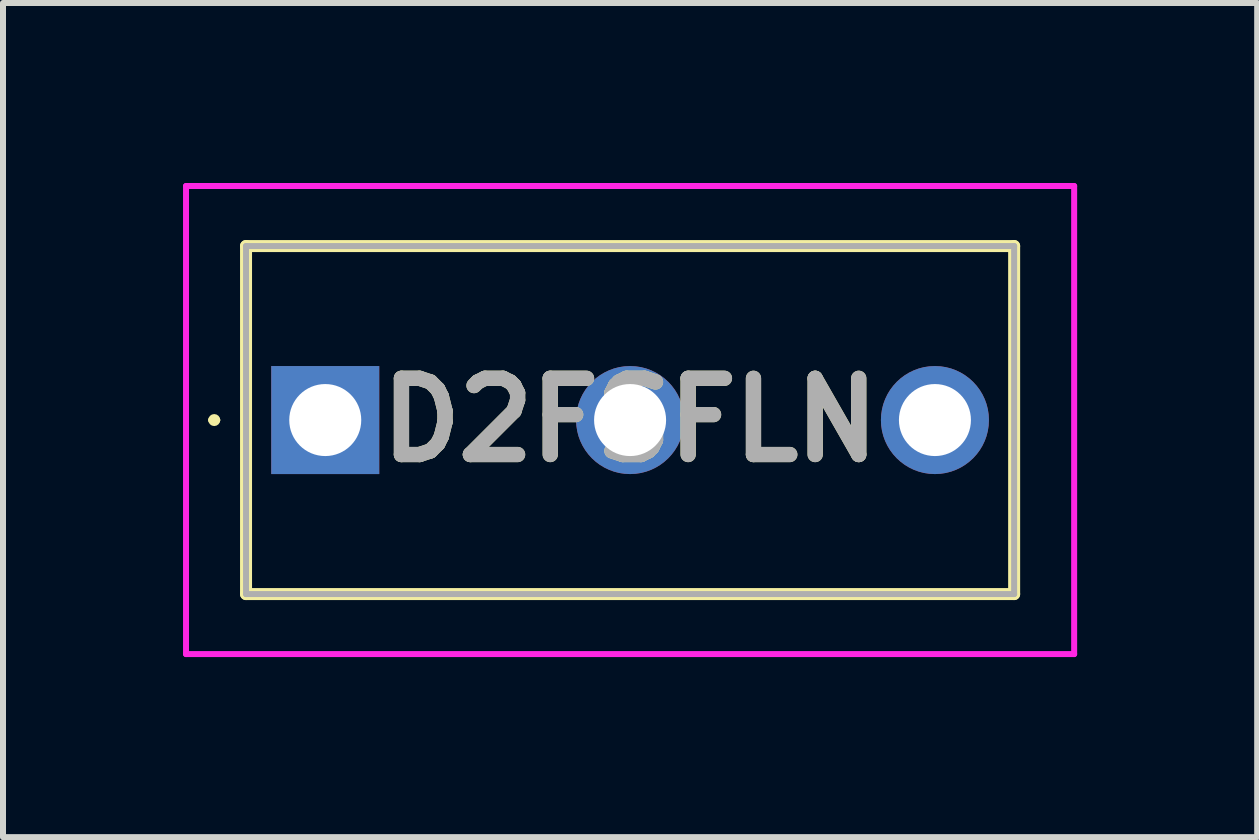
<source format=kicad_pcb>
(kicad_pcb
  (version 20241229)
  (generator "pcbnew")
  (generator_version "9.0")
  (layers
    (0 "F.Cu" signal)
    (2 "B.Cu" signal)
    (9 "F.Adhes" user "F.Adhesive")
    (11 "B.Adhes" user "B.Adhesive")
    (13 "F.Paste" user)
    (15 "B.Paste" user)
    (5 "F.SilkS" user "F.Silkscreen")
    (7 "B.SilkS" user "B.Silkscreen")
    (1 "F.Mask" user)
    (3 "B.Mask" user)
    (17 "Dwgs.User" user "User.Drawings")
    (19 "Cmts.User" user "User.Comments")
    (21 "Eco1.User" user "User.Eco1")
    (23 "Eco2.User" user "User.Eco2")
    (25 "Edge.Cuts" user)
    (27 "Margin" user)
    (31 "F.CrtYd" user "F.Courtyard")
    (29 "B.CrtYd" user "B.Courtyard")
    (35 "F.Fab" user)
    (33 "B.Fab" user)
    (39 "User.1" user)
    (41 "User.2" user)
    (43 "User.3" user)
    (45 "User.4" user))
  (footprint "D2FSFLN"
    (layer "F.Cu")
    (at 2.37 3.95)
    (property "Reference" "D2FSFLN" (at 5.08 0 0) (layer "F.SilkS") (effects (font (size 1.27 1.27) (thickness 0.254))))
    (attr through_hole)
    (fp_line (start -1.9 0) (end -1.9 0) (stroke (width 0.1) (type solid)) (layer "F.SilkS"))
    (fp_line (start -1.8 0) (end -1.8 0) (stroke (width 0.1) (type solid)) (layer "F.SilkS"))
    (fp_line (start -1.32 -2.9) (end 11.48 -2.9) (stroke (width 0.2) (type solid)) (layer "F.SilkS"))
    (fp_line (start -1.32 2.9) (end -1.32 -2.9) (stroke (width 0.2) (type solid)) (layer "F.SilkS"))
    (fp_line (start 11.48 -2.9) (end 11.48 2.9) (stroke (width 0.2) (type solid)) (layer "F.SilkS"))
    (fp_line (start 11.48 2.9) (end -1.32 2.9) (stroke (width 0.2) (type solid)) (layer "F.SilkS"))
    (fp_arc (start -1.9 0) (mid -1.85 -0.05) (end -1.8 0) (stroke (width 0.1) (type solid)) (layer "F.SilkS"))
    (fp_arc (start -1.8 0) (mid -1.85 0.05) (end -1.9 0) (stroke (width 0.1) (type solid)) (layer "F.SilkS"))
    (fp_line (start -2.32 -3.9) (end 12.48 -3.9) (stroke (width 0.1) (type solid)) (layer "F.CrtYd"))
    (fp_line (start -2.32 3.9) (end -2.32 -3.9) (stroke (width 0.1) (type solid)) (layer "F.CrtYd"))
    (fp_line (start 12.48 -3.9) (end 12.48 3.9) (stroke (width 0.1) (type solid)) (layer "F.CrtYd"))
    (fp_line (start 12.48 3.9) (end -2.32 3.9) (stroke (width 0.1) (type solid)) (layer "F.CrtYd"))
    (fp_line (start -1.32 -2.9) (end 11.48 -2.9) (stroke (width 0.1) (type solid)) (layer "F.Fab"))
    (fp_line (start -1.32 2.9) (end -1.32 -2.9) (stroke (width 0.1) (type solid)) (layer "F.Fab"))
    (fp_line (start 11.48 -2.9) (end 11.48 2.9) (stroke (width 0.1) (type solid)) (layer "F.Fab"))
    (fp_line (start 11.48 2.9) (end -1.32 2.9) (stroke (width 0.1) (type solid)) (layer "F.Fab"))
    (fp_text user "${REFERENCE}" (at 5.08 0 0) (layer "F.Fab") (effects (font (size 1.27 1.27) (thickness 0.254))))
    (pad "1" thru_hole rect (at 0 0) (size 1.8 1.8) (drill 1.2) (layers "*.Cu" "*.Mask"))
    (pad "2" thru_hole circle (at 5.08 0) (size 1.8 1.8) (drill 1.2) (layers "*.Cu" "*.Mask"))
    (pad "3" thru_hole circle (at 10.16 0) (size 1.8 1.8) (drill 1.2) (layers "*.Cu" "*.Mask")))
  (gr_rect
    (start -3 -3)
    (end 17.9 10.9)
    (stroke (width 0.1) (type default))
    (fill no)
    (layer "Edge.Cuts")))
</source>
